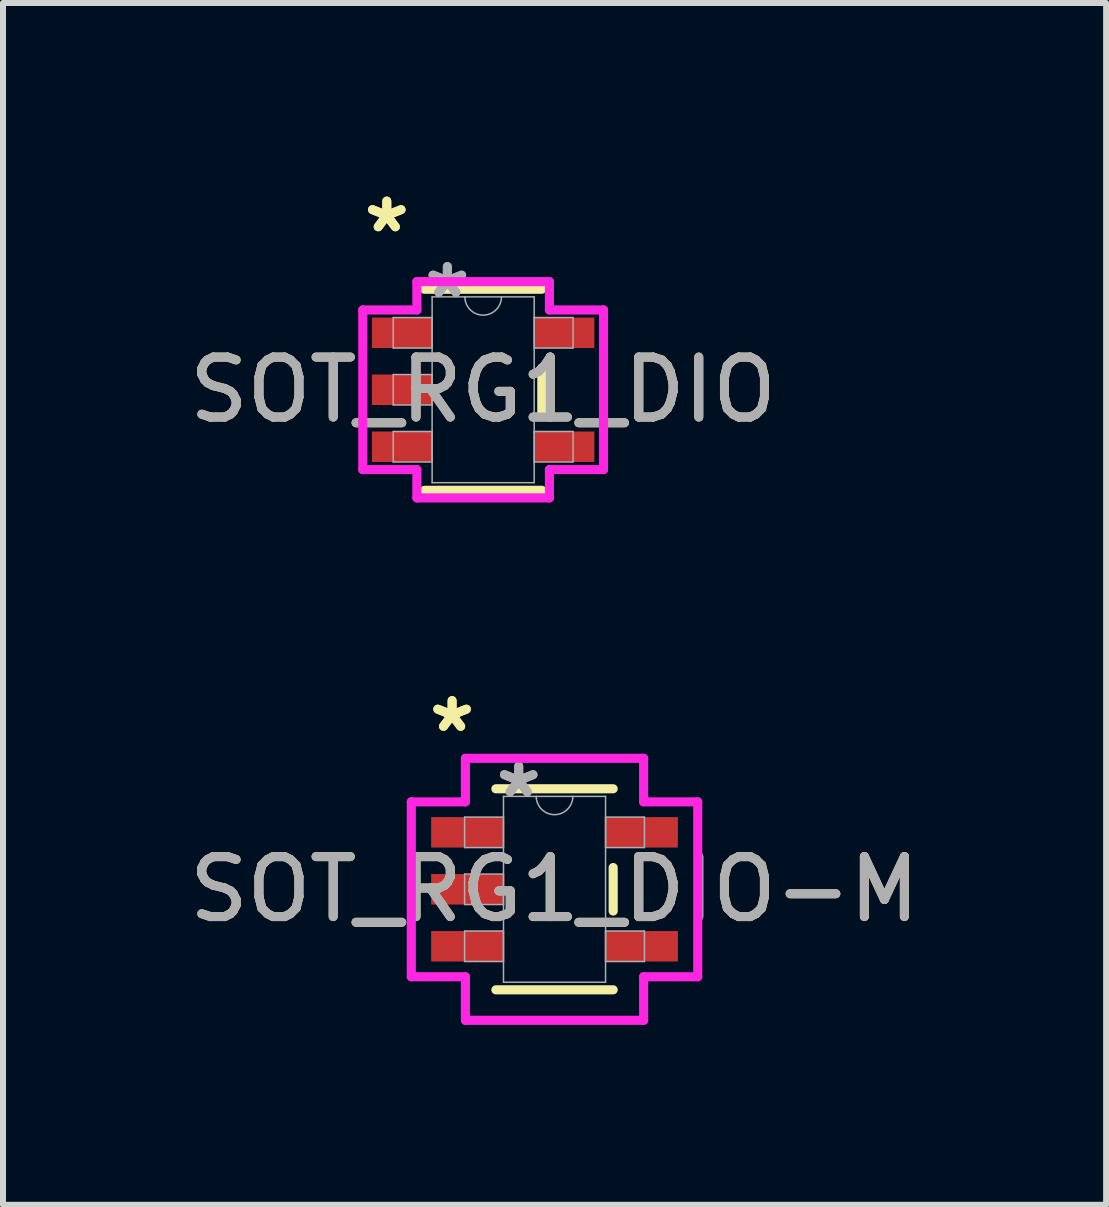
<source format=kicad_pcb>
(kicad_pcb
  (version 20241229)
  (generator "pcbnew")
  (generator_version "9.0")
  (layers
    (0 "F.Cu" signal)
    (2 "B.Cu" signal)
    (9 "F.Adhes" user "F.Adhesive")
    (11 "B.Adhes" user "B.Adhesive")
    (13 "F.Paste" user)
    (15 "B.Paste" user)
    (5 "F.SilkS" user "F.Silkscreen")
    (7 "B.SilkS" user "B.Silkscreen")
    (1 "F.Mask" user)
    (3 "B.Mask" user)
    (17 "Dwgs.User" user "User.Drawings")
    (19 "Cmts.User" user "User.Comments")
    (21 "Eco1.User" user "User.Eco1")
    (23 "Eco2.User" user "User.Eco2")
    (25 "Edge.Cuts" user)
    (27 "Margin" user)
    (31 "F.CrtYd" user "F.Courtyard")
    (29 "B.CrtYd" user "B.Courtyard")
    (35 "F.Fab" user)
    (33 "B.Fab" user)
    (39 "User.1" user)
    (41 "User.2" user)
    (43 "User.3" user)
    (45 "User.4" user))
  (footprint "SOT_RG1_DIO-M"
    (layer "F.Cu")
    (at 6.196 11.778)
    (property "Reference" "SOT_RG1_DIO-M" (at 0 0 0) (unlocked yes) (layer "F.SilkS") (effects (font (size 1 1) (thickness 0.15))))
    (attr smd)
    (fp_line (start -0.978 1.676) (end 0.978 1.676) (stroke (width 0.152) (type solid)) (layer "F.SilkS"))
    (fp_line (start 0.978 -1.676) (end -0.978 -1.676) (stroke (width 0.152) (type solid)) (layer "F.SilkS"))
    (fp_line (start 0.978 0.363) (end 0.978 -0.363) (stroke (width 0.152) (type solid)) (layer "F.SilkS"))
    (fp_line (start -2.388 -1.458) (end -1.486 -1.458) (stroke (width 0.152) (type solid)) (layer "F.CrtYd"))
    (fp_line (start -2.388 1.458) (end -2.388 -1.458) (stroke (width 0.152) (type solid)) (layer "F.CrtYd"))
    (fp_line (start -1.486 -2.184) (end 1.486 -2.184) (stroke (width 0.152) (type solid)) (layer "F.CrtYd"))
    (fp_line (start -1.486 -1.458) (end -1.486 -2.184) (stroke (width 0.152) (type solid)) (layer "F.CrtYd"))
    (fp_line (start -1.486 1.458) (end -2.388 1.458) (stroke (width 0.152) (type solid)) (layer "F.CrtYd"))
    (fp_line (start -1.486 2.184) (end -1.486 1.458) (stroke (width 0.152) (type solid)) (layer "F.CrtYd"))
    (fp_line (start 1.486 -2.184) (end 1.486 -1.458) (stroke (width 0.152) (type solid)) (layer "F.CrtYd"))
    (fp_line (start 1.486 -1.458) (end 2.388 -1.458) (stroke (width 0.152) (type solid)) (layer "F.CrtYd"))
    (fp_line (start 1.486 1.458) (end 1.486 2.184) (stroke (width 0.152) (type solid)) (layer "F.CrtYd"))
    (fp_line (start 1.486 2.184) (end -1.486 2.184) (stroke (width 0.152) (type solid)) (layer "F.CrtYd"))
    (fp_line (start 2.388 -1.458) (end 2.388 1.458) (stroke (width 0.152) (type solid)) (layer "F.CrtYd"))
    (fp_line (start 2.388 1.458) (end 1.486 1.458) (stroke (width 0.152) (type solid)) (layer "F.CrtYd"))
    (fp_line (start -1.499 -1.204) (end -1.499 -0.696) (stroke (width 0.025) (type solid)) (layer "F.Fab"))
    (fp_line (start -1.499 -0.696) (end -0.851 -0.696) (stroke (width 0.025) (type solid)) (layer "F.Fab"))
    (fp_line (start -1.499 -0.254) (end -1.499 0.254) (stroke (width 0.025) (type solid)) (layer "F.Fab"))
    (fp_line (start -1.499 0.254) (end -0.851 0.254) (stroke (width 0.025) (type solid)) (layer "F.Fab"))
    (fp_line (start -1.499 0.696) (end -1.499 1.204) (stroke (width 0.025) (type solid)) (layer "F.Fab"))
    (fp_line (start -1.499 1.204) (end -0.851 1.204) (stroke (width 0.025) (type solid)) (layer "F.Fab"))
    (fp_line (start -0.851 -1.549) (end -0.851 1.549) (stroke (width 0.025) (type solid)) (layer "F.Fab"))
    (fp_line (start -0.851 -1.204) (end -1.499 -1.204) (stroke (width 0.025) (type solid)) (layer "F.Fab"))
    (fp_line (start -0.851 -0.696) (end -0.851 -1.204) (stroke (width 0.025) (type solid)) (layer "F.Fab"))
    (fp_line (start -0.851 -0.254) (end -1.499 -0.254) (stroke (width 0.025) (type solid)) (layer "F.Fab"))
    (fp_line (start -0.851 0.254) (end -0.851 -0.254) (stroke (width 0.025) (type solid)) (layer "F.Fab"))
    (fp_line (start -0.851 0.696) (end -1.499 0.696) (stroke (width 0.025) (type solid)) (layer "F.Fab"))
    (fp_line (start -0.851 1.204) (end -0.851 0.696) (stroke (width 0.025) (type solid)) (layer "F.Fab"))
    (fp_line (start -0.851 1.549) (end 0.851 1.549) (stroke (width 0.025) (type solid)) (layer "F.Fab"))
    (fp_line (start 0.851 -1.549) (end -0.851 -1.549) (stroke (width 0.025) (type solid)) (layer "F.Fab"))
    (fp_line (start 0.851 -1.204) (end 0.851 -0.696) (stroke (width 0.025) (type solid)) (layer "F.Fab"))
    (fp_line (start 0.851 -0.696) (end 1.499 -0.696) (stroke (width 0.025) (type solid)) (layer "F.Fab"))
    (fp_line (start 0.851 0.696) (end 0.851 1.204) (stroke (width 0.025) (type solid)) (layer "F.Fab"))
    (fp_line (start 0.851 1.204) (end 1.499 1.204) (stroke (width 0.025) (type solid)) (layer "F.Fab"))
    (fp_line (start 0.851 1.549) (end 0.851 -1.549) (stroke (width 0.025) (type solid)) (layer "F.Fab"))
    (fp_line (start 1.499 -1.204) (end 0.851 -1.204) (stroke (width 0.025) (type solid)) (layer "F.Fab"))
    (fp_line (start 1.499 -0.696) (end 1.499 -1.204) (stroke (width 0.025) (type solid)) (layer "F.Fab"))
    (fp_line (start 1.499 0.696) (end 0.851 0.696) (stroke (width 0.025) (type solid)) (layer "F.Fab"))
    (fp_line (start 1.499 1.204) (end 1.499 0.696) (stroke (width 0.025) (type solid)) (layer "F.Fab"))
    (fp_arc (start 0.3048 -1.5494) (mid 0 -1.2446) (end -0.3048 -1.5494) (stroke (width 0.0254) (type solid)) (layer "F.Fab"))
    (fp_text user "*" (at -1.708 -2.601 0) (unlocked yes) (layer "F.SilkS") (effects (font (size 1 1) (thickness 0.15))))
    (fp_text user "*" (at -1.708 -2.601 0) (layer "F.SilkS") (effects (font (size 1 1) (thickness 0.15))))
    (fp_text user "*" (at -0.597 -1.509 0) (unlocked yes) (layer "F.Fab") (effects (font (size 1 1) (thickness 0.15))))
    (fp_text user "${REFERENCE}" (at 0 0 0) (unlocked yes) (layer "F.Fab") (effects (font (size 1 1) (thickness 0.15))))
    (fp_text user "*" (at -0.597 -1.509 0) (layer "F.Fab") (effects (font (size 1 1) (thickness 0.15))))
    (pad "1" smd rect (at -1.454 -0.95) (size 1.206 0.508) (layers "F.Cu" "F.Mask" "F.Paste"))
    (pad "2" smd rect (at -1.454 0) (size 1.206 0.508) (layers "F.Cu" "F.Mask" "F.Paste"))
    (pad "3" smd rect (at -1.454 0.95) (size 1.206 0.508) (layers "F.Cu" "F.Mask" "F.Paste"))
    (pad "4" smd rect (at 1.454 0.95) (size 1.206 0.508) (layers "F.Cu" "F.Mask" "F.Paste"))
    (pad "5" smd rect (at 1.454 -0.95) (size 1.206 0.508) (layers "F.Cu" "F.Mask" "F.Paste")))
  (footprint "SOT_RG1_DIO"
    (layer "F.Cu")
    (at 5.006 3.449)
    (property "Reference" "SOT_RG1_DIO" (at 0 0 0) (unlocked yes) (layer "F.SilkS") (effects (font (size 1 1) (thickness 0.15))))
    (attr smd)
    (fp_line (start -0.978 1.676) (end 0.978 1.676) (stroke (width 0.152) (type solid)) (layer "F.SilkS"))
    (fp_line (start 0.978 -1.676) (end -0.978 -1.676) (stroke (width 0.152) (type solid)) (layer "F.SilkS"))
    (fp_line (start 0.978 0.363) (end 0.978 -0.363) (stroke (width 0.152) (type solid)) (layer "F.SilkS"))
    (fp_line (start -2.007 -1.331) (end -1.105 -1.331) (stroke (width 0.152) (type solid)) (layer "F.CrtYd"))
    (fp_line (start -2.007 1.331) (end -2.007 -1.331) (stroke (width 0.152) (type solid)) (layer "F.CrtYd"))
    (fp_line (start -1.105 -1.803) (end 1.105 -1.803) (stroke (width 0.152) (type solid)) (layer "F.CrtYd"))
    (fp_line (start -1.105 -1.331) (end -1.105 -1.803) (stroke (width 0.152) (type solid)) (layer "F.CrtYd"))
    (fp_line (start -1.105 1.331) (end -2.007 1.331) (stroke (width 0.152) (type solid)) (layer "F.CrtYd"))
    (fp_line (start -1.105 1.803) (end -1.105 1.331) (stroke (width 0.152) (type solid)) (layer "F.CrtYd"))
    (fp_line (start 1.105 -1.803) (end 1.105 -1.331) (stroke (width 0.152) (type solid)) (layer "F.CrtYd"))
    (fp_line (start 1.105 -1.331) (end 2.007 -1.331) (stroke (width 0.152) (type solid)) (layer "F.CrtYd"))
    (fp_line (start 1.105 1.331) (end 1.105 1.803) (stroke (width 0.152) (type solid)) (layer "F.CrtYd"))
    (fp_line (start 1.105 1.803) (end -1.105 1.803) (stroke (width 0.152) (type solid)) (layer "F.CrtYd"))
    (fp_line (start 2.007 -1.331) (end 2.007 1.331) (stroke (width 0.152) (type solid)) (layer "F.CrtYd"))
    (fp_line (start 2.007 1.331) (end 1.105 1.331) (stroke (width 0.152) (type solid)) (layer "F.CrtYd"))
    (fp_line (start -1.499 -1.204) (end -1.499 -0.696) (stroke (width 0.025) (type solid)) (layer "F.Fab"))
    (fp_line (start -1.499 -0.696) (end -0.851 -0.696) (stroke (width 0.025) (type solid)) (layer "F.Fab"))
    (fp_line (start -1.499 -0.254) (end -1.499 0.254) (stroke (width 0.025) (type solid)) (layer "F.Fab"))
    (fp_line (start -1.499 0.254) (end -0.851 0.254) (stroke (width 0.025) (type solid)) (layer "F.Fab"))
    (fp_line (start -1.499 0.696) (end -1.499 1.204) (stroke (width 0.025) (type solid)) (layer "F.Fab"))
    (fp_line (start -1.499 1.204) (end -0.851 1.204) (stroke (width 0.025) (type solid)) (layer "F.Fab"))
    (fp_line (start -0.851 -1.549) (end -0.851 1.549) (stroke (width 0.025) (type solid)) (layer "F.Fab"))
    (fp_line (start -0.851 -1.204) (end -1.499 -1.204) (stroke (width 0.025) (type solid)) (layer "F.Fab"))
    (fp_line (start -0.851 -0.696) (end -0.851 -1.204) (stroke (width 0.025) (type solid)) (layer "F.Fab"))
    (fp_line (start -0.851 -0.254) (end -1.499 -0.254) (stroke (width 0.025) (type solid)) (layer "F.Fab"))
    (fp_line (start -0.851 0.254) (end -0.851 -0.254) (stroke (width 0.025) (type solid)) (layer "F.Fab"))
    (fp_line (start -0.851 0.696) (end -1.499 0.696) (stroke (width 0.025) (type solid)) (layer "F.Fab"))
    (fp_line (start -0.851 1.204) (end -0.851 0.696) (stroke (width 0.025) (type solid)) (layer "F.Fab"))
    (fp_line (start -0.851 1.549) (end 0.851 1.549) (stroke (width 0.025) (type solid)) (layer "F.Fab"))
    (fp_line (start 0.851 -1.549) (end -0.851 -1.549) (stroke (width 0.025) (type solid)) (layer "F.Fab"))
    (fp_line (start 0.851 -1.204) (end 0.851 -0.696) (stroke (width 0.025) (type solid)) (layer "F.Fab"))
    (fp_line (start 0.851 -0.696) (end 1.499 -0.696) (stroke (width 0.025) (type solid)) (layer "F.Fab"))
    (fp_line (start 0.851 0.696) (end 0.851 1.204) (stroke (width 0.025) (type solid)) (layer "F.Fab"))
    (fp_line (start 0.851 1.204) (end 1.499 1.204) (stroke (width 0.025) (type solid)) (layer "F.Fab"))
    (fp_line (start 0.851 1.549) (end 0.851 -1.549) (stroke (width 0.025) (type solid)) (layer "F.Fab"))
    (fp_line (start 1.499 -1.204) (end 0.851 -1.204) (stroke (width 0.025) (type solid)) (layer "F.Fab"))
    (fp_line (start 1.499 -0.696) (end 1.499 -1.204) (stroke (width 0.025) (type solid)) (layer "F.Fab"))
    (fp_line (start 1.499 0.696) (end 0.851 0.696) (stroke (width 0.025) (type solid)) (layer "F.Fab"))
    (fp_line (start 1.499 1.204) (end 1.499 0.696) (stroke (width 0.025) (type solid)) (layer "F.Fab"))
    (fp_arc (start 0.3048 -1.5494) (mid 0 -1.2446) (end -0.3048 -1.5494) (stroke (width 0.0254) (type solid)) (layer "F.Fab"))
    (fp_text user "*" (at -1.607 -2.601 0) (layer "F.SilkS") (effects (font (size 1 1) (thickness 0.15))))
    (fp_text user "*" (at -1.607 -2.601 0) (unlocked yes) (layer "F.SilkS") (effects (font (size 1 1) (thickness 0.15))))
    (fp_text user "${REFERENCE}" (at 0 0 0) (unlocked yes) (layer "F.Fab") (effects (font (size 1 1) (thickness 0.15))))
    (fp_text user "*" (at -0.597 -1.509 0) (layer "F.Fab") (effects (font (size 1 1) (thickness 0.15))))
    (fp_text user "*" (at -0.597 -1.509 0) (unlocked yes) (layer "F.Fab") (effects (font (size 1 1) (thickness 0.15))))
    (pad "1" smd rect (at -1.353 -0.95) (size 1.003 0.508) (layers "F.Cu" "F.Mask" "F.Paste"))
    (pad "2" smd rect (at -1.353 0) (size 1.003 0.508) (layers "F.Cu" "F.Mask" "F.Paste"))
    (pad "3" smd rect (at -1.353 0.95) (size 1.003 0.508) (layers "F.Cu" "F.Mask" "F.Paste"))
    (pad "4" smd rect (at 1.353 0.95) (size 1.003 0.508) (layers "F.Cu" "F.Mask" "F.Paste"))
    (pad "5" smd rect (at 1.353 -0.95) (size 1.003 0.508) (layers "F.Cu" "F.Mask" "F.Paste")))
  (gr_rect
    (start -3 -3)
    (end 15.393 17.039)
    (stroke (width 0.1) (type default))
    (fill no)
    (layer "Edge.Cuts")))
</source>
